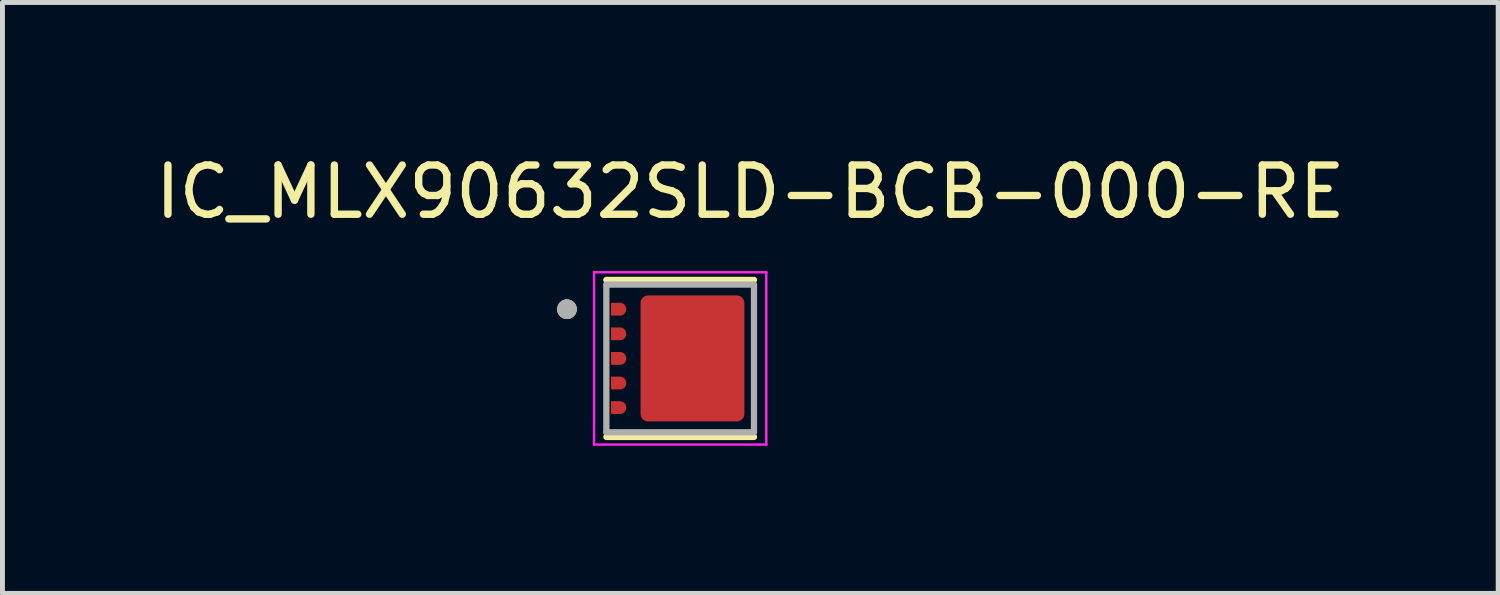
<source format=kicad_pcb>
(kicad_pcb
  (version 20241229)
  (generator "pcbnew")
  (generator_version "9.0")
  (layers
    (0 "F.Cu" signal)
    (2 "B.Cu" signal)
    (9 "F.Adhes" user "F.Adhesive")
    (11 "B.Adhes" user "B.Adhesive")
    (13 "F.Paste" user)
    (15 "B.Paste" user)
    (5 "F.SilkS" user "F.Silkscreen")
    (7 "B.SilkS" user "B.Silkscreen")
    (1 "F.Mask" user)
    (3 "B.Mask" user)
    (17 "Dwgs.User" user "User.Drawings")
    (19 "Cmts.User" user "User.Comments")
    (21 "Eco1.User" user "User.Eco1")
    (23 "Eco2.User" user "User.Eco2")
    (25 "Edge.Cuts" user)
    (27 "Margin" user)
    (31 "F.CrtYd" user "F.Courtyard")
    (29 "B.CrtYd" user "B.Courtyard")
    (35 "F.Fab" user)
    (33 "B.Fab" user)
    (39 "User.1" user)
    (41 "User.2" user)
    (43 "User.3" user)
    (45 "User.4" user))
  (footprint "IC_MLX90632SLD-BCB-000-RE"
    (layer "F.Cu")
    (at 10.771 4.233)
    (property "Reference" "IC_MLX90632SLD-BCB-000-RE" (at 1.425 -3.385 0) (layer "F.SilkS") (effects (font (size 1 1) (thickness 0.15))))
    (attr smd)
    (fp_poly (pts (xy -1.5 -1.125) (xy -0.95 -1.125) (xy -0.95 -0.875) (xy -1.5 -0.875)) (stroke (width 0.01) (type solid)) (fill yes) (layer "F.Mask"))
    (fp_poly (pts (xy -1.5 -0.625) (xy -0.95 -0.625) (xy -0.95 -0.375) (xy -1.5 -0.375)) (stroke (width 0.01) (type solid)) (fill yes) (layer "F.Mask"))
    (fp_poly (pts (xy -1.5 -0.125) (xy -0.95 -0.125) (xy -0.95 0.125) (xy -1.5 0.125)) (stroke (width 0.01) (type solid)) (fill yes) (layer "F.Mask"))
    (fp_poly (pts (xy -1.5 0.375) (xy -0.95 0.375) (xy -0.95 0.625) (xy -1.5 0.625)) (stroke (width 0.01) (type solid)) (fill yes) (layer "F.Mask"))
    (fp_poly (pts (xy -1.5 0.875) (xy -0.95 0.875) (xy -0.95 1.125) (xy -1.5 1.125)) (stroke (width 0.01) (type solid)) (fill yes) (layer "F.Mask"))
    (fp_poly (pts (xy -0.65 -1.125) (xy 1.15 -1.125) (xy 1.15 1.125) (xy -0.65 1.125)) (stroke (width 0.01) (type solid)) (fill yes) (layer "F.Mask"))
    (fp_line (start -1.5 1.595) (end 1.5 1.595) (stroke (width 0.127) (type solid)) (layer "F.SilkS"))
    (fp_line (start 1.5 -1.595) (end -1.5 -1.595) (stroke (width 0.127) (type solid)) (layer "F.SilkS"))
    (fp_circle (center -2.3 -1) (end -2.2 -1) (stroke (width 0.2) (type solid)) (fill no) (layer "F.SilkS"))
    (fp_poly (pts (xy -0.375 -1.125) (xy -0.125 -1.125) (xy -0.125 -0.875) (xy -0.375 -0.875)) (stroke (width 0.01) (type solid)) (fill yes) (layer "F.Paste"))
    (fp_poly (pts (xy -0.375 -0.625) (xy -0.125 -0.625) (xy -0.125 -0.375) (xy -0.375 -0.375)) (stroke (width 0.01) (type solid)) (fill yes) (layer "F.Paste"))
    (fp_poly (pts (xy -0.375 -0.125) (xy -0.125 -0.125) (xy -0.125 0.125) (xy -0.375 0.125)) (stroke (width 0.01) (type solid)) (fill yes) (layer "F.Paste"))
    (fp_poly (pts (xy -0.375 0.375) (xy -0.125 0.375) (xy -0.125 0.625) (xy -0.375 0.625)) (stroke (width 0.01) (type solid)) (fill yes) (layer "F.Paste"))
    (fp_poly (pts (xy -0.375 0.875) (xy -0.125 0.875) (xy -0.125 1.125) (xy -0.375 1.125)) (stroke (width 0.01) (type solid)) (fill yes) (layer "F.Paste"))
    (fp_poly (pts (xy 0.125 -0.625) (xy 0.375 -0.625) (xy 0.375 -0.375) (xy 0.125 -0.375)) (stroke (width 0.01) (type solid)) (fill yes) (layer "F.Paste"))
    (fp_poly (pts (xy 0.125 -0.125) (xy 0.375 -0.125) (xy 0.375 0.125) (xy 0.125 0.125)) (stroke (width 0.01) (type solid)) (fill yes) (layer "F.Paste"))
    (fp_poly (pts (xy 0.125 0.375) (xy 0.375 0.375) (xy 0.375 0.625) (xy 0.125 0.625)) (stroke (width 0.01) (type solid)) (fill yes) (layer "F.Paste"))
    (fp_poly (pts (xy 0.625 -1.125) (xy 0.875 -1.125) (xy 0.875 -0.875) (xy 0.625 -0.875)) (stroke (width 0.01) (type solid)) (fill yes) (layer "F.Paste"))
    (fp_poly (pts (xy 0.625 -0.625) (xy 0.875 -0.625) (xy 0.875 -0.375) (xy 0.625 -0.375)) (stroke (width 0.01) (type solid)) (fill yes) (layer "F.Paste"))
    (fp_poly (pts (xy 0.625 -0.125) (xy 0.875 -0.125) (xy 0.875 0.125) (xy 0.625 0.125)) (stroke (width 0.01) (type solid)) (fill yes) (layer "F.Paste"))
    (fp_poly (pts (xy 0.625 0.375) (xy 0.875 0.375) (xy 0.875 0.625) (xy 0.625 0.625)) (stroke (width 0.01) (type solid)) (fill yes) (layer "F.Paste"))
    (fp_poly (pts (xy 0.625 0.875) (xy 0.875 0.875) (xy 0.875 1.125) (xy 0.625 1.125)) (stroke (width 0.01) (type solid)) (fill yes) (layer "F.Paste"))
    (fp_poly (pts (xy -1.4 -1.125) (xy -1.4 -0.875) (xy -1.225 -0.875) (xy -1.218 -0.875) (xy -1.212 -0.876) (xy -1.205 -0.877) (xy -1.199 -0.878) (xy -1.193 -0.879) (xy -1.186 -0.881) (xy -1.18 -0.883) (xy -1.174 -0.886) (xy -1.168 -0.889) (xy -1.163 -0.892) (xy -1.157 -0.895) (xy -1.152 -0.899) (xy -1.146 -0.903) (xy -1.141 -0.907) (xy -1.137 -0.912) (xy -1.132 -0.916) (xy -1.128 -0.921) (xy -1.124 -0.927) (xy -1.12 -0.932) (xy -1.117 -0.938) (xy -1.114 -0.943) (xy -1.111 -0.949) (xy -1.108 -0.955) (xy -1.106 -0.961) (xy -1.104 -0.968) (xy -1.103 -0.974) (xy -1.102 -0.98) (xy -1.101 -0.987) (xy -1.1 -0.993) (xy -1.1 -1) (xy -1.1 -1.007) (xy -1.101 -1.013) (xy -1.102 -1.02) (xy -1.103 -1.026) (xy -1.104 -1.032) (xy -1.106 -1.039) (xy -1.108 -1.045) (xy -1.111 -1.051) (xy -1.114 -1.057) (xy -1.117 -1.063) (xy -1.12 -1.068) (xy -1.124 -1.073) (xy -1.128 -1.079) (xy -1.132 -1.084) (xy -1.137 -1.088) (xy -1.141 -1.093) (xy -1.146 -1.097) (xy -1.152 -1.101) (xy -1.157 -1.105) (xy -1.163 -1.108) (xy -1.168 -1.111) (xy -1.174 -1.114) (xy -1.18 -1.117) (xy -1.186 -1.119) (xy -1.193 -1.121) (xy -1.199 -1.122) (xy -1.205 -1.123) (xy -1.212 -1.124) (xy -1.218 -1.125) (xy -1.225 -1.125) (xy -1.4 -1.125)) (stroke (width 0.01) (type solid)) (fill yes) (layer "F.Paste"))
    (fp_poly (pts (xy -1.4 -0.625) (xy -1.4 -0.375) (xy -1.225 -0.375) (xy -1.218 -0.375) (xy -1.212 -0.376) (xy -1.205 -0.377) (xy -1.199 -0.378) (xy -1.193 -0.379) (xy -1.186 -0.381) (xy -1.18 -0.383) (xy -1.174 -0.386) (xy -1.168 -0.389) (xy -1.163 -0.392) (xy -1.157 -0.395) (xy -1.152 -0.399) (xy -1.146 -0.403) (xy -1.141 -0.407) (xy -1.137 -0.412) (xy -1.132 -0.416) (xy -1.128 -0.421) (xy -1.124 -0.427) (xy -1.12 -0.432) (xy -1.117 -0.438) (xy -1.114 -0.443) (xy -1.111 -0.449) (xy -1.108 -0.455) (xy -1.106 -0.461) (xy -1.104 -0.468) (xy -1.103 -0.474) (xy -1.102 -0.48) (xy -1.101 -0.487) (xy -1.1 -0.493) (xy -1.1 -0.5) (xy -1.1 -0.507) (xy -1.101 -0.513) (xy -1.102 -0.52) (xy -1.103 -0.526) (xy -1.104 -0.532) (xy -1.106 -0.539) (xy -1.108 -0.545) (xy -1.111 -0.551) (xy -1.114 -0.557) (xy -1.117 -0.563) (xy -1.12 -0.568) (xy -1.124 -0.573) (xy -1.128 -0.579) (xy -1.132 -0.584) (xy -1.137 -0.588) (xy -1.141 -0.593) (xy -1.146 -0.597) (xy -1.152 -0.601) (xy -1.157 -0.605) (xy -1.163 -0.608) (xy -1.168 -0.611) (xy -1.174 -0.614) (xy -1.18 -0.617) (xy -1.186 -0.619) (xy -1.193 -0.621) (xy -1.199 -0.622) (xy -1.205 -0.623) (xy -1.212 -0.624) (xy -1.218 -0.625) (xy -1.225 -0.625) (xy -1.4 -0.625)) (stroke (width 0.01) (type solid)) (fill yes) (layer "F.Paste"))
    (fp_poly (pts (xy -1.4 -0.125) (xy -1.4 0.125) (xy -1.225 0.125) (xy -1.218 0.125) (xy -1.212 0.124) (xy -1.205 0.123) (xy -1.199 0.122) (xy -1.193 0.121) (xy -1.186 0.119) (xy -1.18 0.117) (xy -1.174 0.114) (xy -1.168 0.111) (xy -1.163 0.108) (xy -1.157 0.105) (xy -1.152 0.101) (xy -1.146 0.097) (xy -1.141 0.093) (xy -1.137 0.088) (xy -1.132 0.084) (xy -1.128 0.079) (xy -1.124 0.073) (xy -1.12 0.068) (xy -1.117 0.062) (xy -1.114 0.057) (xy -1.111 0.051) (xy -1.108 0.045) (xy -1.106 0.039) (xy -1.104 0.032) (xy -1.103 0.026) (xy -1.102 0.02) (xy -1.101 0.013) (xy -1.1 0.007) (xy -1.1 0) (xy -1.1 -0.007) (xy -1.101 -0.013) (xy -1.102 -0.02) (xy -1.103 -0.026) (xy -1.104 -0.032) (xy -1.106 -0.039) (xy -1.108 -0.045) (xy -1.111 -0.051) (xy -1.114 -0.057) (xy -1.117 -0.062) (xy -1.12 -0.068) (xy -1.124 -0.073) (xy -1.128 -0.079) (xy -1.132 -0.084) (xy -1.137 -0.088) (xy -1.141 -0.093) (xy -1.146 -0.097) (xy -1.152 -0.101) (xy -1.157 -0.105) (xy -1.163 -0.108) (xy -1.168 -0.111) (xy -1.174 -0.114) (xy -1.18 -0.117) (xy -1.186 -0.119) (xy -1.193 -0.121) (xy -1.199 -0.122) (xy -1.205 -0.123) (xy -1.212 -0.124) (xy -1.218 -0.125) (xy -1.225 -0.125) (xy -1.4 -0.125)) (stroke (width 0.01) (type solid)) (fill yes) (layer "F.Paste"))
    (fp_poly (pts (xy -1.4 0.375) (xy -1.4 0.625) (xy -1.225 0.625) (xy -1.218 0.625) (xy -1.212 0.624) (xy -1.205 0.623) (xy -1.199 0.622) (xy -1.193 0.621) (xy -1.186 0.619) (xy -1.18 0.617) (xy -1.174 0.614) (xy -1.168 0.611) (xy -1.163 0.608) (xy -1.157 0.605) (xy -1.152 0.601) (xy -1.146 0.597) (xy -1.141 0.593) (xy -1.137 0.588) (xy -1.132 0.584) (xy -1.128 0.579) (xy -1.124 0.573) (xy -1.12 0.568) (xy -1.117 0.563) (xy -1.114 0.557) (xy -1.111 0.551) (xy -1.108 0.545) (xy -1.106 0.539) (xy -1.104 0.532) (xy -1.103 0.526) (xy -1.102 0.52) (xy -1.101 0.513) (xy -1.1 0.507) (xy -1.1 0.5) (xy -1.1 0.493) (xy -1.101 0.487) (xy -1.102 0.48) (xy -1.103 0.474) (xy -1.104 0.468) (xy -1.106 0.461) (xy -1.108 0.455) (xy -1.111 0.449) (xy -1.114 0.443) (xy -1.117 0.438) (xy -1.12 0.432) (xy -1.124 0.427) (xy -1.128 0.421) (xy -1.132 0.416) (xy -1.137 0.412) (xy -1.141 0.407) (xy -1.146 0.403) (xy -1.152 0.399) (xy -1.157 0.395) (xy -1.163 0.392) (xy -1.168 0.389) (xy -1.174 0.386) (xy -1.18 0.383) (xy -1.186 0.381) (xy -1.193 0.379) (xy -1.199 0.378) (xy -1.205 0.377) (xy -1.212 0.376) (xy -1.218 0.375) (xy -1.225 0.375) (xy -1.4 0.375)) (stroke (width 0.01) (type solid)) (fill yes) (layer "F.Paste"))
    (fp_poly (pts (xy -1.4 0.875) (xy -1.4 1.125) (xy -1.225 1.125) (xy -1.218 1.125) (xy -1.212 1.124) (xy -1.205 1.123) (xy -1.199 1.122) (xy -1.193 1.121) (xy -1.186 1.119) (xy -1.18 1.117) (xy -1.174 1.114) (xy -1.168 1.111) (xy -1.163 1.108) (xy -1.157 1.105) (xy -1.152 1.101) (xy -1.146 1.097) (xy -1.141 1.093) (xy -1.137 1.088) (xy -1.132 1.084) (xy -1.128 1.079) (xy -1.124 1.073) (xy -1.12 1.068) (xy -1.117 1.063) (xy -1.114 1.057) (xy -1.111 1.051) (xy -1.108 1.045) (xy -1.106 1.039) (xy -1.104 1.032) (xy -1.103 1.026) (xy -1.102 1.02) (xy -1.101 1.013) (xy -1.1 1.007) (xy -1.1 1) (xy -1.1 0.993) (xy -1.101 0.987) (xy -1.102 0.98) (xy -1.103 0.974) (xy -1.104 0.968) (xy -1.106 0.961) (xy -1.108 0.955) (xy -1.111 0.949) (xy -1.114 0.943) (xy -1.117 0.938) (xy -1.12 0.932) (xy -1.124 0.927) (xy -1.128 0.921) (xy -1.132 0.916) (xy -1.137 0.912) (xy -1.141 0.907) (xy -1.146 0.903) (xy -1.152 0.899) (xy -1.157 0.895) (xy -1.163 0.892) (xy -1.168 0.889) (xy -1.174 0.886) (xy -1.18 0.883) (xy -1.186 0.881) (xy -1.193 0.879) (xy -1.199 0.878) (xy -1.205 0.877) (xy -1.212 0.876) (xy -1.218 0.875) (xy -1.225 0.875) (xy -1.4 0.875)) (stroke (width 0.01) (type solid)) (fill yes) (layer "F.Paste"))
    (fp_line (start -1.75 -1.75) (end -1.75 1.75) (stroke (width 0.05) (type solid)) (layer "F.CrtYd"))
    (fp_line (start -1.75 1.75) (end 1.75 1.75) (stroke (width 0.05) (type solid)) (layer "F.CrtYd"))
    (fp_line (start 1.75 -1.75) (end -1.75 -1.75) (stroke (width 0.05) (type solid)) (layer "F.CrtYd"))
    (fp_line (start 1.75 1.75) (end 1.75 -1.75) (stroke (width 0.05) (type solid)) (layer "F.CrtYd"))
    (fp_line (start -1.5 -1.5) (end -1.5 1.5) (stroke (width 0.127) (type solid)) (layer "F.Fab"))
    (fp_line (start -1.5 1.5) (end 1.5 1.5) (stroke (width 0.127) (type solid)) (layer "F.Fab"))
    (fp_line (start 1.5 -1.5) (end -1.5 -1.5) (stroke (width 0.127) (type solid)) (layer "F.Fab"))
    (fp_line (start 1.5 1.5) (end 1.5 -1.5) (stroke (width 0.127) (type solid)) (layer "F.Fab"))
    (fp_circle (center -2.3 -1) (end -2.2 -1) (stroke (width 0.2) (type solid)) (fill no) (layer "F.Fab"))
    (pad "1" smd custom (at -1.25 -1) (size 0.1 0.1) (layers "F.Cu") (options (anchor rect)) (primitives (gr_poly (pts (xy -0.15 -0.125) (xy -0.15 0.125) (xy 0.025 0.125) (xy 0.032 0.125) (xy 0.038 0.124) (xy 0.045 0.123) (xy 0.051 0.122) (xy 0.057 0.121) (xy 0.064 0.119) (xy 0.07 0.117) (xy 0.076 0.114) (xy 0.082 0.111) (xy 0.087 0.108) (xy 0.093 0.105) (xy 0.098 0.101) (xy 0.104 0.097) (xy 0.109 0.093) (xy 0.113 0.088) (xy 0.118 0.084) (xy 0.122 0.079) (xy 0.126 0.073) (xy 0.13 0.068) (xy 0.133 0.062) (xy 0.136 0.057) (xy 0.139 0.051) (xy 0.142 0.045) (xy 0.144 0.039) (xy 0.146 0.032) (xy 0.147 0.026) (xy 0.148 0.02) (xy 0.149 0.013) (xy 0.15 0.007) (xy 0.15 0) (xy 0.15 -0.007) (xy 0.149 -0.013) (xy 0.148 -0.02) (xy 0.147 -0.026) (xy 0.146 -0.032) (xy 0.144 -0.039) (xy 0.142 -0.045) (xy 0.139 -0.051) (xy 0.136 -0.057) (xy 0.133 -0.063) (xy 0.13 -0.068) (xy 0.126 -0.073) (xy 0.122 -0.079) (xy 0.118 -0.084) (xy 0.113 -0.088) (xy 0.109 -0.093) (xy 0.104 -0.097) (xy 0.098 -0.101) (xy 0.093 -0.105) (xy 0.087 -0.108) (xy 0.082 -0.111) (xy 0.076 -0.114) (xy 0.07 -0.117) (xy 0.064 -0.119) (xy 0.057 -0.121) (xy 0.051 -0.122) (xy 0.045 -0.123) (xy 0.038 -0.124) (xy 0.032 -0.125) (xy 0.025 -0.125) (xy -0.15 -0.125)) (width 0.01) (fill yes))))
    (pad "2" smd custom (at -1.25 -0.5) (size 0.1 0.1) (layers "F.Cu") (options (anchor rect)) (primitives (gr_poly (pts (xy -0.15 -0.125) (xy -0.15 0.125) (xy 0.025 0.125) (xy 0.032 0.125) (xy 0.038 0.124) (xy 0.045 0.123) (xy 0.051 0.122) (xy 0.057 0.121) (xy 0.064 0.119) (xy 0.07 0.117) (xy 0.076 0.114) (xy 0.082 0.111) (xy 0.087 0.108) (xy 0.093 0.105) (xy 0.098 0.101) (xy 0.104 0.097) (xy 0.109 0.093) (xy 0.113 0.088) (xy 0.118 0.084) (xy 0.122 0.079) (xy 0.126 0.073) (xy 0.13 0.068) (xy 0.133 0.062) (xy 0.136 0.057) (xy 0.139 0.051) (xy 0.142 0.045) (xy 0.144 0.039) (xy 0.146 0.032) (xy 0.147 0.026) (xy 0.148 0.02) (xy 0.149 0.013) (xy 0.15 0.007) (xy 0.15 0) (xy 0.15 -0.007) (xy 0.149 -0.013) (xy 0.148 -0.02) (xy 0.147 -0.026) (xy 0.146 -0.032) (xy 0.144 -0.039) (xy 0.142 -0.045) (xy 0.139 -0.051) (xy 0.136 -0.057) (xy 0.133 -0.063) (xy 0.13 -0.068) (xy 0.126 -0.073) (xy 0.122 -0.079) (xy 0.118 -0.084) (xy 0.113 -0.088) (xy 0.109 -0.093) (xy 0.104 -0.097) (xy 0.098 -0.101) (xy 0.093 -0.105) (xy 0.087 -0.108) (xy 0.082 -0.111) (xy 0.076 -0.114) (xy 0.07 -0.117) (xy 0.064 -0.119) (xy 0.057 -0.121) (xy 0.051 -0.122) (xy 0.045 -0.123) (xy 0.038 -0.124) (xy 0.032 -0.125) (xy 0.025 -0.125) (xy -0.15 -0.125)) (width 0.01) (fill yes))))
    (pad "3" smd custom (at -1.25 0) (size 0.1 0.1) (layers "F.Cu") (options (anchor rect)) (primitives (gr_poly (pts (xy -0.15 -0.125) (xy -0.15 0.125) (xy 0.025 0.125) (xy 0.032 0.125) (xy 0.038 0.124) (xy 0.045 0.123) (xy 0.051 0.122) (xy 0.057 0.121) (xy 0.064 0.119) (xy 0.07 0.117) (xy 0.076 0.114) (xy 0.082 0.111) (xy 0.087 0.108) (xy 0.093 0.105) (xy 0.098 0.101) (xy 0.104 0.097) (xy 0.109 0.093) (xy 0.113 0.088) (xy 0.118 0.084) (xy 0.122 0.079) (xy 0.126 0.073) (xy 0.13 0.068) (xy 0.133 0.062) (xy 0.136 0.057) (xy 0.139 0.051) (xy 0.142 0.045) (xy 0.144 0.039) (xy 0.146 0.032) (xy 0.147 0.026) (xy 0.148 0.02) (xy 0.149 0.013) (xy 0.15 0.007) (xy 0.15 0) (xy 0.15 -0.007) (xy 0.149 -0.013) (xy 0.148 -0.02) (xy 0.147 -0.026) (xy 0.146 -0.032) (xy 0.144 -0.039) (xy 0.142 -0.045) (xy 0.139 -0.051) (xy 0.136 -0.057) (xy 0.133 -0.062) (xy 0.13 -0.068) (xy 0.126 -0.073) (xy 0.122 -0.079) (xy 0.118 -0.084) (xy 0.113 -0.088) (xy 0.109 -0.093) (xy 0.104 -0.097) (xy 0.098 -0.101) (xy 0.093 -0.105) (xy 0.087 -0.108) (xy 0.082 -0.111) (xy 0.076 -0.114) (xy 0.07 -0.117) (xy 0.064 -0.119) (xy 0.057 -0.121) (xy 0.051 -0.122) (xy 0.045 -0.123) (xy 0.038 -0.124) (xy 0.032 -0.125) (xy 0.025 -0.125) (xy -0.15 -0.125)) (width 0.01) (fill yes))))
    (pad "4" smd custom (at -1.25 0.5) (size 0.1 0.1) (layers "F.Cu") (options (anchor rect)) (primitives (gr_poly (pts (xy -0.15 -0.125) (xy -0.15 0.125) (xy 0.025 0.125) (xy 0.032 0.125) (xy 0.038 0.124) (xy 0.045 0.123) (xy 0.051 0.122) (xy 0.057 0.121) (xy 0.064 0.119) (xy 0.07 0.117) (xy 0.076 0.114) (xy 0.082 0.111) (xy 0.087 0.108) (xy 0.093 0.105) (xy 0.098 0.101) (xy 0.104 0.097) (xy 0.109 0.093) (xy 0.113 0.088) (xy 0.118 0.084) (xy 0.122 0.079) (xy 0.126 0.073) (xy 0.13 0.068) (xy 0.133 0.063) (xy 0.136 0.057) (xy 0.139 0.051) (xy 0.142 0.045) (xy 0.144 0.039) (xy 0.146 0.032) (xy 0.147 0.026) (xy 0.148 0.02) (xy 0.149 0.013) (xy 0.15 0.007) (xy 0.15 0) (xy 0.15 -0.007) (xy 0.149 -0.013) (xy 0.148 -0.02) (xy 0.147 -0.026) (xy 0.146 -0.032) (xy 0.144 -0.039) (xy 0.142 -0.045) (xy 0.139 -0.051) (xy 0.136 -0.057) (xy 0.133 -0.062) (xy 0.13 -0.068) (xy 0.126 -0.073) (xy 0.122 -0.079) (xy 0.118 -0.084) (xy 0.113 -0.088) (xy 0.109 -0.093) (xy 0.104 -0.097) (xy 0.098 -0.101) (xy 0.093 -0.105) (xy 0.087 -0.108) (xy 0.082 -0.111) (xy 0.076 -0.114) (xy 0.07 -0.117) (xy 0.064 -0.119) (xy 0.057 -0.121) (xy 0.051 -0.122) (xy 0.045 -0.123) (xy 0.038 -0.124) (xy 0.032 -0.125) (xy 0.025 -0.125) (xy -0.15 -0.125)) (width 0.01) (fill yes))))
    (pad "5" smd custom (at -1.25 1) (size 0.1 0.1) (layers "F.Cu") (options (anchor rect)) (primitives (gr_poly (pts (xy -0.15 -0.125) (xy -0.15 0.125) (xy 0.025 0.125) (xy 0.032 0.125) (xy 0.038 0.124) (xy 0.045 0.123) (xy 0.051 0.122) (xy 0.057 0.121) (xy 0.064 0.119) (xy 0.07 0.117) (xy 0.076 0.114) (xy 0.082 0.111) (xy 0.087 0.108) (xy 0.093 0.105) (xy 0.098 0.101) (xy 0.104 0.097) (xy 0.109 0.093) (xy 0.113 0.088) (xy 0.118 0.084) (xy 0.122 0.079) (xy 0.126 0.073) (xy 0.13 0.068) (xy 0.133 0.063) (xy 0.136 0.057) (xy 0.139 0.051) (xy 0.142 0.045) (xy 0.144 0.039) (xy 0.146 0.032) (xy 0.147 0.026) (xy 0.148 0.02) (xy 0.149 0.013) (xy 0.15 0.007) (xy 0.15 0) (xy 0.15 -0.007) (xy 0.149 -0.013) (xy 0.148 -0.02) (xy 0.147 -0.026) (xy 0.146 -0.032) (xy 0.144 -0.039) (xy 0.142 -0.045) (xy 0.139 -0.051) (xy 0.136 -0.057) (xy 0.133 -0.062) (xy 0.13 -0.068) (xy 0.126 -0.073) (xy 0.122 -0.079) (xy 0.118 -0.084) (xy 0.113 -0.088) (xy 0.109 -0.093) (xy 0.104 -0.097) (xy 0.098 -0.101) (xy 0.093 -0.105) (xy 0.087 -0.108) (xy 0.082 -0.111) (xy 0.076 -0.114) (xy 0.07 -0.117) (xy 0.064 -0.119) (xy 0.057 -0.121) (xy 0.051 -0.122) (xy 0.045 -0.123) (xy 0.038 -0.124) (xy 0.032 -0.125) (xy 0.025 -0.125) (xy -0.15 -0.125)) (width 0.01) (fill yes))))
    (pad "6" smd custom (at 0.25 0) (size 0.1 0.1) (layers "F.Cu") (options (anchor rect)) (primitives (gr_poly (pts (xy -1.05 -1.125) (xy -1.05 -1.133) (xy -1.049 -1.141) (xy -1.048 -1.148) (xy -1.047 -1.156) (xy -1.045 -1.164) (xy -1.043 -1.171) (xy -1.04 -1.179) (xy -1.037 -1.186) (xy -1.034 -1.193) (xy -1.03 -1.2) (xy -1.026 -1.207) (xy -1.021 -1.213) (xy -1.017 -1.219) (xy -1.011 -1.225) (xy -1.006 -1.231) (xy -1 -1.236) (xy -0.994 -1.242) (xy -0.988 -1.246) (xy -0.982 -1.251) (xy -0.975 -1.255) (xy -0.968 -1.259) (xy -0.961 -1.262) (xy -0.954 -1.265) (xy -0.946 -1.268) (xy -0.939 -1.27) (xy -0.931 -1.272) (xy -0.923 -1.273) (xy -0.916 -1.274) (xy -0.908 -1.275) (xy -0.9 -1.275) (xy 0.9 -1.275) (xy 0.908 -1.275) (xy 0.916 -1.274) (xy 0.923 -1.273) (xy 0.931 -1.272) (xy 0.939 -1.27) (xy 0.946 -1.268) (xy 0.954 -1.265) (xy 0.961 -1.262) (xy 0.968 -1.259) (xy 0.975 -1.255) (xy 0.982 -1.251) (xy 0.988 -1.246) (xy 0.994 -1.242) (xy 1 -1.236) (xy 1.006 -1.231) (xy 1.011 -1.225) (xy 1.017 -1.219) (xy 1.021 -1.213) (xy 1.026 -1.207) (xy 1.03 -1.2) (xy 1.034 -1.193) (xy 1.037 -1.186) (xy 1.04 -1.179) (xy 1.043 -1.171) (xy 1.045 -1.164) (xy 1.047 -1.156) (xy 1.048 -1.148) (xy 1.049 -1.141) (xy 1.05 -1.133) (xy 1.05 -1.125) (xy 1.05 1.125) (xy 1.05 1.133) (xy 1.049 1.141) (xy 1.048 1.148) (xy 1.047 1.156) (xy 1.045 1.164) (xy 1.043 1.171) (xy 1.04 1.179) (xy 1.037 1.186) (xy 1.034 1.193) (xy 1.03 1.2) (xy 1.026 1.207) (xy 1.021 1.213) (xy 1.017 1.219) (xy 1.011 1.225) (xy 1.006 1.231) (xy 1 1.236) (xy 0.994 1.242) (xy 0.988 1.246) (xy 0.982 1.251) (xy 0.975 1.255) (xy 0.968 1.259) (xy 0.961 1.262) (xy 0.954 1.265) (xy 0.946 1.268) (xy 0.939 1.27) (xy 0.931 1.272) (xy 0.923 1.273) (xy 0.916 1.274) (xy 0.908 1.275) (xy 0.9 1.275) (xy -0.9 1.275) (xy -0.908 1.275) (xy -0.916 1.274) (xy -0.923 1.273) (xy -0.931 1.272) (xy -0.939 1.27) (xy -0.946 1.268) (xy -0.954 1.265) (xy -0.961 1.262) (xy -0.968 1.259) (xy -0.975 1.255) (xy -0.982 1.251) (xy -0.988 1.246) (xy -0.994 1.242) (xy -1 1.236) (xy -1.006 1.231) (xy -1.011 1.225) (xy -1.017 1.219) (xy -1.021 1.213) (xy -1.026 1.207) (xy -1.03 1.2) (xy -1.034 1.193) (xy -1.037 1.186) (xy -1.04 1.179) (xy -1.043 1.171) (xy -1.045 1.164) (xy -1.047 1.156) (xy -1.048 1.148) (xy -1.049 1.141) (xy -1.05 1.133) (xy -1.05 1.125) (xy -1.05 -1.125)) (width 0.01) (fill yes)))))
  (gr_rect
    (start -3 -3)
    (end 27.393 9.008)
    (stroke (width 0.1) (type default))
    (fill no)
    (layer "Edge.Cuts")))
</source>
